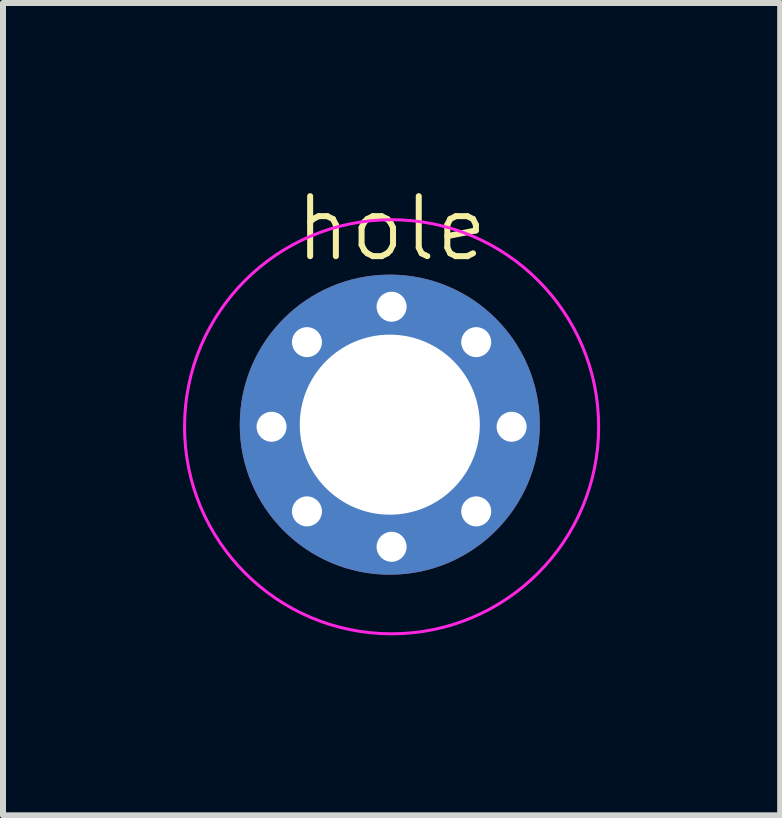
<source format=kicad_pcb>
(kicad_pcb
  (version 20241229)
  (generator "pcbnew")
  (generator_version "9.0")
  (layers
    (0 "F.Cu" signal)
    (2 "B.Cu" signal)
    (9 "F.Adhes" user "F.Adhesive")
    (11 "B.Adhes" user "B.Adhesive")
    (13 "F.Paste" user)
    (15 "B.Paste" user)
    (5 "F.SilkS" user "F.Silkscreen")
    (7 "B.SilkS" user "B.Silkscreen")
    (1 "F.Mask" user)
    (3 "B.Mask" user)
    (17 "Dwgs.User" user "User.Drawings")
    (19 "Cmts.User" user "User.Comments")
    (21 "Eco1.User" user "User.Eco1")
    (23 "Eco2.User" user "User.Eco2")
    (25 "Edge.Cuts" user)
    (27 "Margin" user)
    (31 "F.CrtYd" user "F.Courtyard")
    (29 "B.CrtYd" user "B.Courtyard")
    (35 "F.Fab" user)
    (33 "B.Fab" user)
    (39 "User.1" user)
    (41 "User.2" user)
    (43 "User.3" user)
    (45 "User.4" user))
  (footprint "hole"
    (layer "F.Cu")
    (at 3.475 4.061)
    (property "Reference" "hole" (at 0 -3.3 0) (unlocked yes) (layer "F.SilkS") (effects (font (size 1 1) (thickness 0.1))))
    (attr exclude_from_bom dnp)
    (fp_circle (center 0 0) (end 3.45 0) (stroke (width 0.05) (type solid)) (fill no) (layer "F.CrtYd"))
    (pad "1" thru_hole circle (at -2 0 90) (size 0.6 0.6) (drill 0.5) (layers "*.Cu" "*.Mask"))
    (pad "1" thru_hole circle (at -1.41 -1.41 135) (size 0.6 0.6) (drill 0.5) (layers "*.Cu" "*.Mask"))
    (pad "1" thru_hole circle (at -1.41 1.41 225) (size 0.6 0.6) (drill 0.5) (layers "*.Cu" "*.Mask"))
    (pad "1" thru_hole circle (at -0.03 -0.035 90) (size 5 5) (drill 3) (layers "*.Cu" "*.Mask"))
    (pad "1" thru_hole circle (at 0 -2 225) (size 0.6 0.6) (drill 0.5) (layers "*.Cu" "*.Mask"))
    (pad "1" thru_hole circle (at 0 2 90) (size 0.6 0.6) (drill 0.5) (layers "*.Cu" "*.Mask"))
    (pad "1" thru_hole circle (at 1.41 -1.41 180) (size 0.6 0.6) (drill 0.5) (layers "*.Cu" "*.Mask"))
    (pad "1" thru_hole circle (at 1.41 1.41 90) (size 0.6 0.6) (drill 0.5) (layers "*.Cu" "*.Mask"))
    (pad "1" thru_hole circle (at 2 0 90) (size 0.6 0.6) (drill 0.5) (layers "*.Cu" "*.Mask")))
  (gr_rect
    (start -3 -3)
    (end 9.95 10.536)
    (stroke (width 0.1) (type default))
    (fill no)
    (layer "Edge.Cuts")))
</source>
